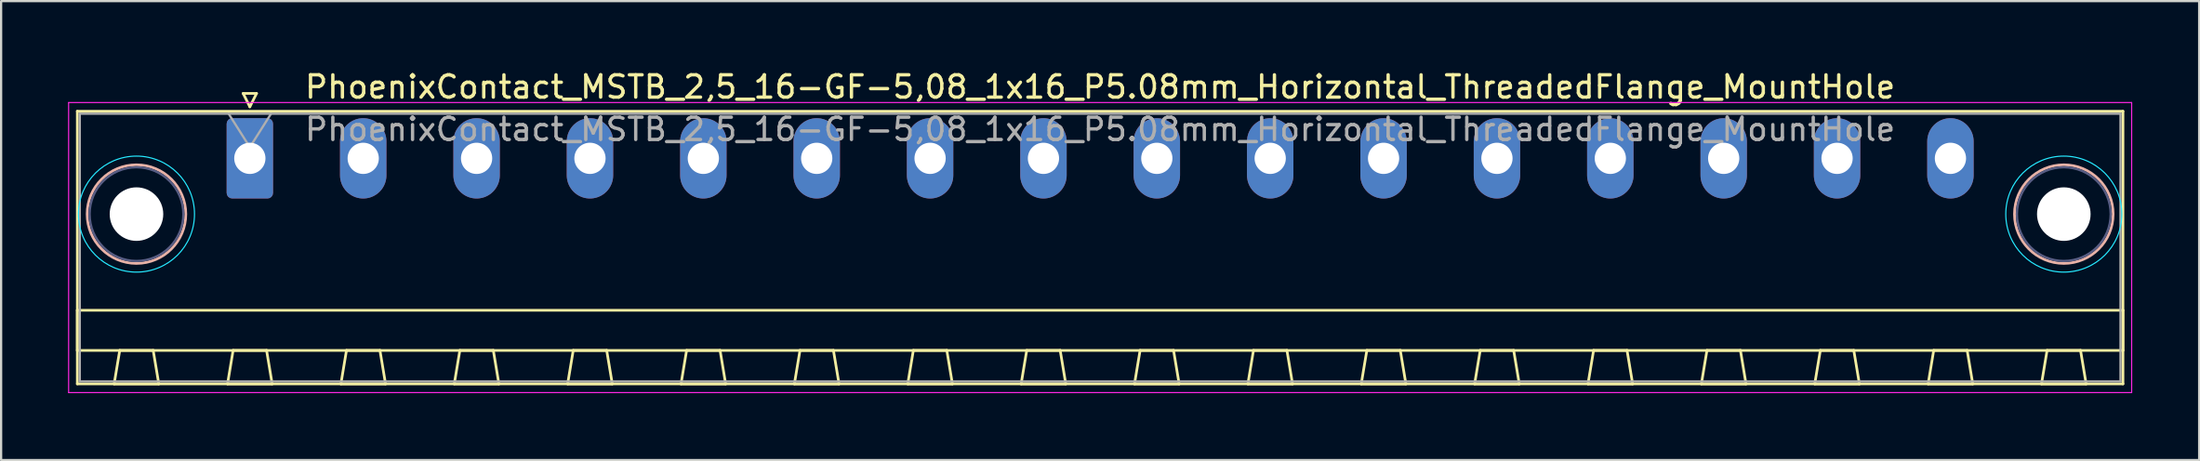
<source format=kicad_pcb>
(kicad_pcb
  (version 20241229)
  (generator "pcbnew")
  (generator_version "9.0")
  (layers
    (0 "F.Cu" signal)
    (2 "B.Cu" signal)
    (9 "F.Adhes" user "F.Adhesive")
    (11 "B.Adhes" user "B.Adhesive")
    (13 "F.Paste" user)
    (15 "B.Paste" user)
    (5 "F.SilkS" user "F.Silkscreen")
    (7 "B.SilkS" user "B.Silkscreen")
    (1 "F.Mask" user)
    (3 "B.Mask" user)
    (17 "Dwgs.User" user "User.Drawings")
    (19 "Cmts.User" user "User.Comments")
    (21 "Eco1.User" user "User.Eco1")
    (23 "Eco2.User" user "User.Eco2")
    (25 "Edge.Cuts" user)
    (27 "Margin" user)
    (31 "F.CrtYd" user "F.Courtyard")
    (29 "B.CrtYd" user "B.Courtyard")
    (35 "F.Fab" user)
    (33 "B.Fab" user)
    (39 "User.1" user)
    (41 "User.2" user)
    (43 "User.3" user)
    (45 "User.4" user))
  (footprint "PhoenixContact_MSTB_2,5_16-GF-5,08_1x16_P5.08mm_Horizontal_ThreadedFlange_MountHole"
    (layer "F.Cu")
    (at 8.145 4.048)
    (property "Reference" "PhoenixContact_MSTB_2,5_16-GF-5,08_1x16_P5.08mm_Horizontal_ThreadedFlange_MountHole" (at 38.1 -3.2 0) (layer "F.SilkS") (effects (font (size 1 1) (thickness 0.15))))
    (attr through_hole)
    (fp_line (start -7.73 -2.11) (end -7.73 10.11) (stroke (width 0.12) (type solid)) (layer "F.SilkS"))
    (fp_line (start -7.73 6.81) (end 83.93 6.81) (stroke (width 0.12) (type solid)) (layer "F.SilkS"))
    (fp_line (start -7.73 8.61) (end -7.73 6.81) (stroke (width 0.12) (type solid)) (layer "F.SilkS"))
    (fp_line (start -7.73 10.11) (end 83.93 10.11) (stroke (width 0.12) (type solid)) (layer "F.SilkS"))
    (fp_line (start -6.08 10.11) (end -4.08 10.11) (stroke (width 0.12) (type solid)) (layer "F.SilkS"))
    (fp_line (start -5.83 8.61) (end -6.08 10.11) (stroke (width 0.12) (type solid)) (layer "F.SilkS"))
    (fp_line (start -4.33 8.61) (end -5.83 8.61) (stroke (width 0.12) (type solid)) (layer "F.SilkS"))
    (fp_line (start -4.08 10.11) (end -4.33 8.61) (stroke (width 0.12) (type solid)) (layer "F.SilkS"))
    (fp_line (start -1 10.11) (end 1 10.11) (stroke (width 0.12) (type solid)) (layer "F.SilkS"))
    (fp_line (start -0.75 8.61) (end -1 10.11) (stroke (width 0.12) (type solid)) (layer "F.SilkS"))
    (fp_line (start -0.3 -2.91) (end 0.3 -2.91) (stroke (width 0.12) (type solid)) (layer "F.SilkS"))
    (fp_line (start 0 -2.31) (end -0.3 -2.91) (stroke (width 0.12) (type solid)) (layer "F.SilkS"))
    (fp_line (start 0.3 -2.91) (end 0 -2.31) (stroke (width 0.12) (type solid)) (layer "F.SilkS"))
    (fp_line (start 0.75 8.61) (end -0.75 8.61) (stroke (width 0.12) (type solid)) (layer "F.SilkS"))
    (fp_line (start 1 10.11) (end 0.75 8.61) (stroke (width 0.12) (type solid)) (layer "F.SilkS"))
    (fp_line (start 4.08 10.11) (end 6.08 10.11) (stroke (width 0.12) (type solid)) (layer "F.SilkS"))
    (fp_line (start 4.33 8.61) (end 4.08 10.11) (stroke (width 0.12) (type solid)) (layer "F.SilkS"))
    (fp_line (start 5.83 8.61) (end 4.33 8.61) (stroke (width 0.12) (type solid)) (layer "F.SilkS"))
    (fp_line (start 6.08 10.11) (end 5.83 8.61) (stroke (width 0.12) (type solid)) (layer "F.SilkS"))
    (fp_line (start 9.16 10.11) (end 11.16 10.11) (stroke (width 0.12) (type solid)) (layer "F.SilkS"))
    (fp_line (start 9.41 8.61) (end 9.16 10.11) (stroke (width 0.12) (type solid)) (layer "F.SilkS"))
    (fp_line (start 10.91 8.61) (end 9.41 8.61) (stroke (width 0.12) (type solid)) (layer "F.SilkS"))
    (fp_line (start 11.16 10.11) (end 10.91 8.61) (stroke (width 0.12) (type solid)) (layer "F.SilkS"))
    (fp_line (start 14.24 10.11) (end 16.24 10.11) (stroke (width 0.12) (type solid)) (layer "F.SilkS"))
    (fp_line (start 14.49 8.61) (end 14.24 10.11) (stroke (width 0.12) (type solid)) (layer "F.SilkS"))
    (fp_line (start 15.99 8.61) (end 14.49 8.61) (stroke (width 0.12) (type solid)) (layer "F.SilkS"))
    (fp_line (start 16.24 10.11) (end 15.99 8.61) (stroke (width 0.12) (type solid)) (layer "F.SilkS"))
    (fp_line (start 19.32 10.11) (end 21.32 10.11) (stroke (width 0.12) (type solid)) (layer "F.SilkS"))
    (fp_line (start 19.57 8.61) (end 19.32 10.11) (stroke (width 0.12) (type solid)) (layer "F.SilkS"))
    (fp_line (start 21.07 8.61) (end 19.57 8.61) (stroke (width 0.12) (type solid)) (layer "F.SilkS"))
    (fp_line (start 21.32 10.11) (end 21.07 8.61) (stroke (width 0.12) (type solid)) (layer "F.SilkS"))
    (fp_line (start 24.4 10.11) (end 26.4 10.11) (stroke (width 0.12) (type solid)) (layer "F.SilkS"))
    (fp_line (start 24.65 8.61) (end 24.4 10.11) (stroke (width 0.12) (type solid)) (layer "F.SilkS"))
    (fp_line (start 26.15 8.61) (end 24.65 8.61) (stroke (width 0.12) (type solid)) (layer "F.SilkS"))
    (fp_line (start 26.4 10.11) (end 26.15 8.61) (stroke (width 0.12) (type solid)) (layer "F.SilkS"))
    (fp_line (start 29.48 10.11) (end 31.48 10.11) (stroke (width 0.12) (type solid)) (layer "F.SilkS"))
    (fp_line (start 29.73 8.61) (end 29.48 10.11) (stroke (width 0.12) (type solid)) (layer "F.SilkS"))
    (fp_line (start 31.23 8.61) (end 29.73 8.61) (stroke (width 0.12) (type solid)) (layer "F.SilkS"))
    (fp_line (start 31.48 10.11) (end 31.23 8.61) (stroke (width 0.12) (type solid)) (layer "F.SilkS"))
    (fp_line (start 34.56 10.11) (end 36.56 10.11) (stroke (width 0.12) (type solid)) (layer "F.SilkS"))
    (fp_line (start 34.81 8.61) (end 34.56 10.11) (stroke (width 0.12) (type solid)) (layer "F.SilkS"))
    (fp_line (start 36.31 8.61) (end 34.81 8.61) (stroke (width 0.12) (type solid)) (layer "F.SilkS"))
    (fp_line (start 36.56 10.11) (end 36.31 8.61) (stroke (width 0.12) (type solid)) (layer "F.SilkS"))
    (fp_line (start 39.64 10.11) (end 41.64 10.11) (stroke (width 0.12) (type solid)) (layer "F.SilkS"))
    (fp_line (start 39.89 8.61) (end 39.64 10.11) (stroke (width 0.12) (type solid)) (layer "F.SilkS"))
    (fp_line (start 41.39 8.61) (end 39.89 8.61) (stroke (width 0.12) (type solid)) (layer "F.SilkS"))
    (fp_line (start 41.64 10.11) (end 41.39 8.61) (stroke (width 0.12) (type solid)) (layer "F.SilkS"))
    (fp_line (start 44.72 10.11) (end 46.72 10.11) (stroke (width 0.12) (type solid)) (layer "F.SilkS"))
    (fp_line (start 44.97 8.61) (end 44.72 10.11) (stroke (width 0.12) (type solid)) (layer "F.SilkS"))
    (fp_line (start 46.47 8.61) (end 44.97 8.61) (stroke (width 0.12) (type solid)) (layer "F.SilkS"))
    (fp_line (start 46.72 10.11) (end 46.47 8.61) (stroke (width 0.12) (type solid)) (layer "F.SilkS"))
    (fp_line (start 49.8 10.11) (end 51.8 10.11) (stroke (width 0.12) (type solid)) (layer "F.SilkS"))
    (fp_line (start 50.05 8.61) (end 49.8 10.11) (stroke (width 0.12) (type solid)) (layer "F.SilkS"))
    (fp_line (start 51.55 8.61) (end 50.05 8.61) (stroke (width 0.12) (type solid)) (layer "F.SilkS"))
    (fp_line (start 51.8 10.11) (end 51.55 8.61) (stroke (width 0.12) (type solid)) (layer "F.SilkS"))
    (fp_line (start 54.88 10.11) (end 56.88 10.11) (stroke (width 0.12) (type solid)) (layer "F.SilkS"))
    (fp_line (start 55.13 8.61) (end 54.88 10.11) (stroke (width 0.12) (type solid)) (layer "F.SilkS"))
    (fp_line (start 56.63 8.61) (end 55.13 8.61) (stroke (width 0.12) (type solid)) (layer "F.SilkS"))
    (fp_line (start 56.88 10.11) (end 56.63 8.61) (stroke (width 0.12) (type solid)) (layer "F.SilkS"))
    (fp_line (start 59.96 10.11) (end 61.96 10.11) (stroke (width 0.12) (type solid)) (layer "F.SilkS"))
    (fp_line (start 60.21 8.61) (end 59.96 10.11) (stroke (width 0.12) (type solid)) (layer "F.SilkS"))
    (fp_line (start 61.71 8.61) (end 60.21 8.61) (stroke (width 0.12) (type solid)) (layer "F.SilkS"))
    (fp_line (start 61.96 10.11) (end 61.71 8.61) (stroke (width 0.12) (type solid)) (layer "F.SilkS"))
    (fp_line (start 65.04 10.11) (end 67.04 10.11) (stroke (width 0.12) (type solid)) (layer "F.SilkS"))
    (fp_line (start 65.29 8.61) (end 65.04 10.11) (stroke (width 0.12) (type solid)) (layer "F.SilkS"))
    (fp_line (start 66.79 8.61) (end 65.29 8.61) (stroke (width 0.12) (type solid)) (layer "F.SilkS"))
    (fp_line (start 67.04 10.11) (end 66.79 8.61) (stroke (width 0.12) (type solid)) (layer "F.SilkS"))
    (fp_line (start 70.12 10.11) (end 72.12 10.11) (stroke (width 0.12) (type solid)) (layer "F.SilkS"))
    (fp_line (start 70.37 8.61) (end 70.12 10.11) (stroke (width 0.12) (type solid)) (layer "F.SilkS"))
    (fp_line (start 71.87 8.61) (end 70.37 8.61) (stroke (width 0.12) (type solid)) (layer "F.SilkS"))
    (fp_line (start 72.12 10.11) (end 71.87 8.61) (stroke (width 0.12) (type solid)) (layer "F.SilkS"))
    (fp_line (start 75.2 10.11) (end 77.2 10.11) (stroke (width 0.12) (type solid)) (layer "F.SilkS"))
    (fp_line (start 75.45 8.61) (end 75.2 10.11) (stroke (width 0.12) (type solid)) (layer "F.SilkS"))
    (fp_line (start 76.95 8.61) (end 75.45 8.61) (stroke (width 0.12) (type solid)) (layer "F.SilkS"))
    (fp_line (start 77.2 10.11) (end 76.95 8.61) (stroke (width 0.12) (type solid)) (layer "F.SilkS"))
    (fp_line (start 80.28 10.11) (end 82.28 10.11) (stroke (width 0.12) (type solid)) (layer "F.SilkS"))
    (fp_line (start 80.53 8.61) (end 80.28 10.11) (stroke (width 0.12) (type solid)) (layer "F.SilkS"))
    (fp_line (start 82.03 8.61) (end 80.53 8.61) (stroke (width 0.12) (type solid)) (layer "F.SilkS"))
    (fp_line (start 82.28 10.11) (end 82.03 8.61) (stroke (width 0.12) (type solid)) (layer "F.SilkS"))
    (fp_line (start 83.93 -2.11) (end -7.73 -2.11) (stroke (width 0.12) (type solid)) (layer "F.SilkS"))
    (fp_line (start 83.93 6.81) (end 83.93 8.61) (stroke (width 0.12) (type solid)) (layer "F.SilkS"))
    (fp_line (start 83.93 8.61) (end -7.73 8.61) (stroke (width 0.12) (type solid)) (layer "F.SilkS"))
    (fp_line (start 83.93 10.11) (end 83.93 -2.11) (stroke (width 0.12) (type solid)) (layer "F.SilkS"))
    (fp_circle (center -5.08 2.5) (end -2.87 2.5) (stroke (width 0.12) (type solid)) (fill no) (layer "B.SilkS"))
    (fp_circle (center 81.28 2.5) (end 83.49 2.5) (stroke (width 0.12) (type solid)) (fill no) (layer "B.SilkS"))
    (fp_circle (center -5.08 2.5) (end -2.48 2.5) (stroke (width 0.05) (type solid)) (fill no) (layer "B.CrtYd"))
    (fp_circle (center 81.28 2.5) (end 83.88 2.5) (stroke (width 0.05) (type solid)) (fill no) (layer "B.CrtYd"))
    (fp_line (start -8.12 -2.5) (end -8.12 10.5) (stroke (width 0.05) (type solid)) (layer "F.CrtYd"))
    (fp_line (start -8.12 10.5) (end 84.32 10.5) (stroke (width 0.05) (type solid)) (layer "F.CrtYd"))
    (fp_line (start 84.32 -2.5) (end -8.12 -2.5) (stroke (width 0.05) (type solid)) (layer "F.CrtYd"))
    (fp_line (start 84.32 10.5) (end 84.32 -2.5) (stroke (width 0.05) (type solid)) (layer "F.CrtYd"))
    (fp_circle (center -5.08 2.5) (end -2.98 2.5) (stroke (width 0.1) (type solid)) (fill no) (layer "B.Fab"))
    (fp_circle (center 81.28 2.5) (end 83.38 2.5) (stroke (width 0.1) (type solid)) (fill no) (layer "B.Fab"))
    (fp_line (start -7.62 -2) (end -7.62 10) (stroke (width 0.1) (type solid)) (layer "F.Fab"))
    (fp_line (start -7.62 10) (end 83.82 10) (stroke (width 0.1) (type solid)) (layer "F.Fab"))
    (fp_line (start 0 -0.5) (end -0.95 -2) (stroke (width 0.1) (type solid)) (layer "F.Fab"))
    (fp_line (start 0.95 -2) (end 0 -0.5) (stroke (width 0.1) (type solid)) (layer "F.Fab"))
    (fp_line (start 83.82 -2) (end -7.62 -2) (stroke (width 0.1) (type solid)) (layer "F.Fab"))
    (fp_line (start 83.82 10) (end 83.82 -2) (stroke (width 0.1) (type solid)) (layer "F.Fab"))
    (fp_text user "${REFERENCE}" (at 38.1 -1.3 0) (layer "F.Fab") (effects (font (size 1 1) (thickness 0.15))))
    (pad "" np_thru_hole circle (at -5.08 2.5) (size 2.4 2.4) (drill 2.4) (layers "*.Cu" "*.Mask"))
    (pad "" np_thru_hole circle (at 81.28 2.5) (size 2.4 2.4) (drill 2.4) (layers "*.Cu" "*.Mask"))
    (pad "1" thru_hole roundrect (at 0 0) (size 2.08 3.6) (drill 1.4) (layers "*.Cu" "*.Mask") (roundrect_rratio 0.12))
    (pad "2" thru_hole oval (at 5.08 0) (size 2.08 3.6) (drill 1.4) (layers "*.Cu" "*.Mask"))
    (pad "3" thru_hole oval (at 10.16 0) (size 2.08 3.6) (drill 1.4) (layers "*.Cu" "*.Mask"))
    (pad "4" thru_hole oval (at 15.24 0) (size 2.08 3.6) (drill 1.4) (layers "*.Cu" "*.Mask"))
    (pad "5" thru_hole oval (at 20.32 0) (size 2.08 3.6) (drill 1.4) (layers "*.Cu" "*.Mask"))
    (pad "6" thru_hole oval (at 25.4 0) (size 2.08 3.6) (drill 1.4) (layers "*.Cu" "*.Mask"))
    (pad "7" thru_hole oval (at 30.48 0) (size 2.08 3.6) (drill 1.4) (layers "*.Cu" "*.Mask"))
    (pad "8" thru_hole oval (at 35.56 0) (size 2.08 3.6) (drill 1.4) (layers "*.Cu" "*.Mask"))
    (pad "9" thru_hole oval (at 40.64 0) (size 2.08 3.6) (drill 1.4) (layers "*.Cu" "*.Mask"))
    (pad "10" thru_hole oval (at 45.72 0) (size 2.08 3.6) (drill 1.4) (layers "*.Cu" "*.Mask"))
    (pad "11" thru_hole oval (at 50.8 0) (size 2.08 3.6) (drill 1.4) (layers "*.Cu" "*.Mask"))
    (pad "12" thru_hole oval (at 55.88 0) (size 2.08 3.6) (drill 1.4) (layers "*.Cu" "*.Mask"))
    (pad "13" thru_hole oval (at 60.96 0) (size 2.08 3.6) (drill 1.4) (layers "*.Cu" "*.Mask"))
    (pad "14" thru_hole oval (at 66.04 0) (size 2.08 3.6) (drill 1.4) (layers "*.Cu" "*.Mask"))
    (pad "15" thru_hole oval (at 71.12 0) (size 2.08 3.6) (drill 1.4) (layers "*.Cu" "*.Mask"))
    (pad "16" thru_hole oval (at 76.2 0) (size 2.08 3.6) (drill 1.4) (layers "*.Cu" "*.Mask")))
  (gr_rect
    (start -3 -3)
    (end 95.49 17.573)
    (stroke (width 0.1) (type default))
    (fill no)
    (layer "Edge.Cuts")))
</source>
